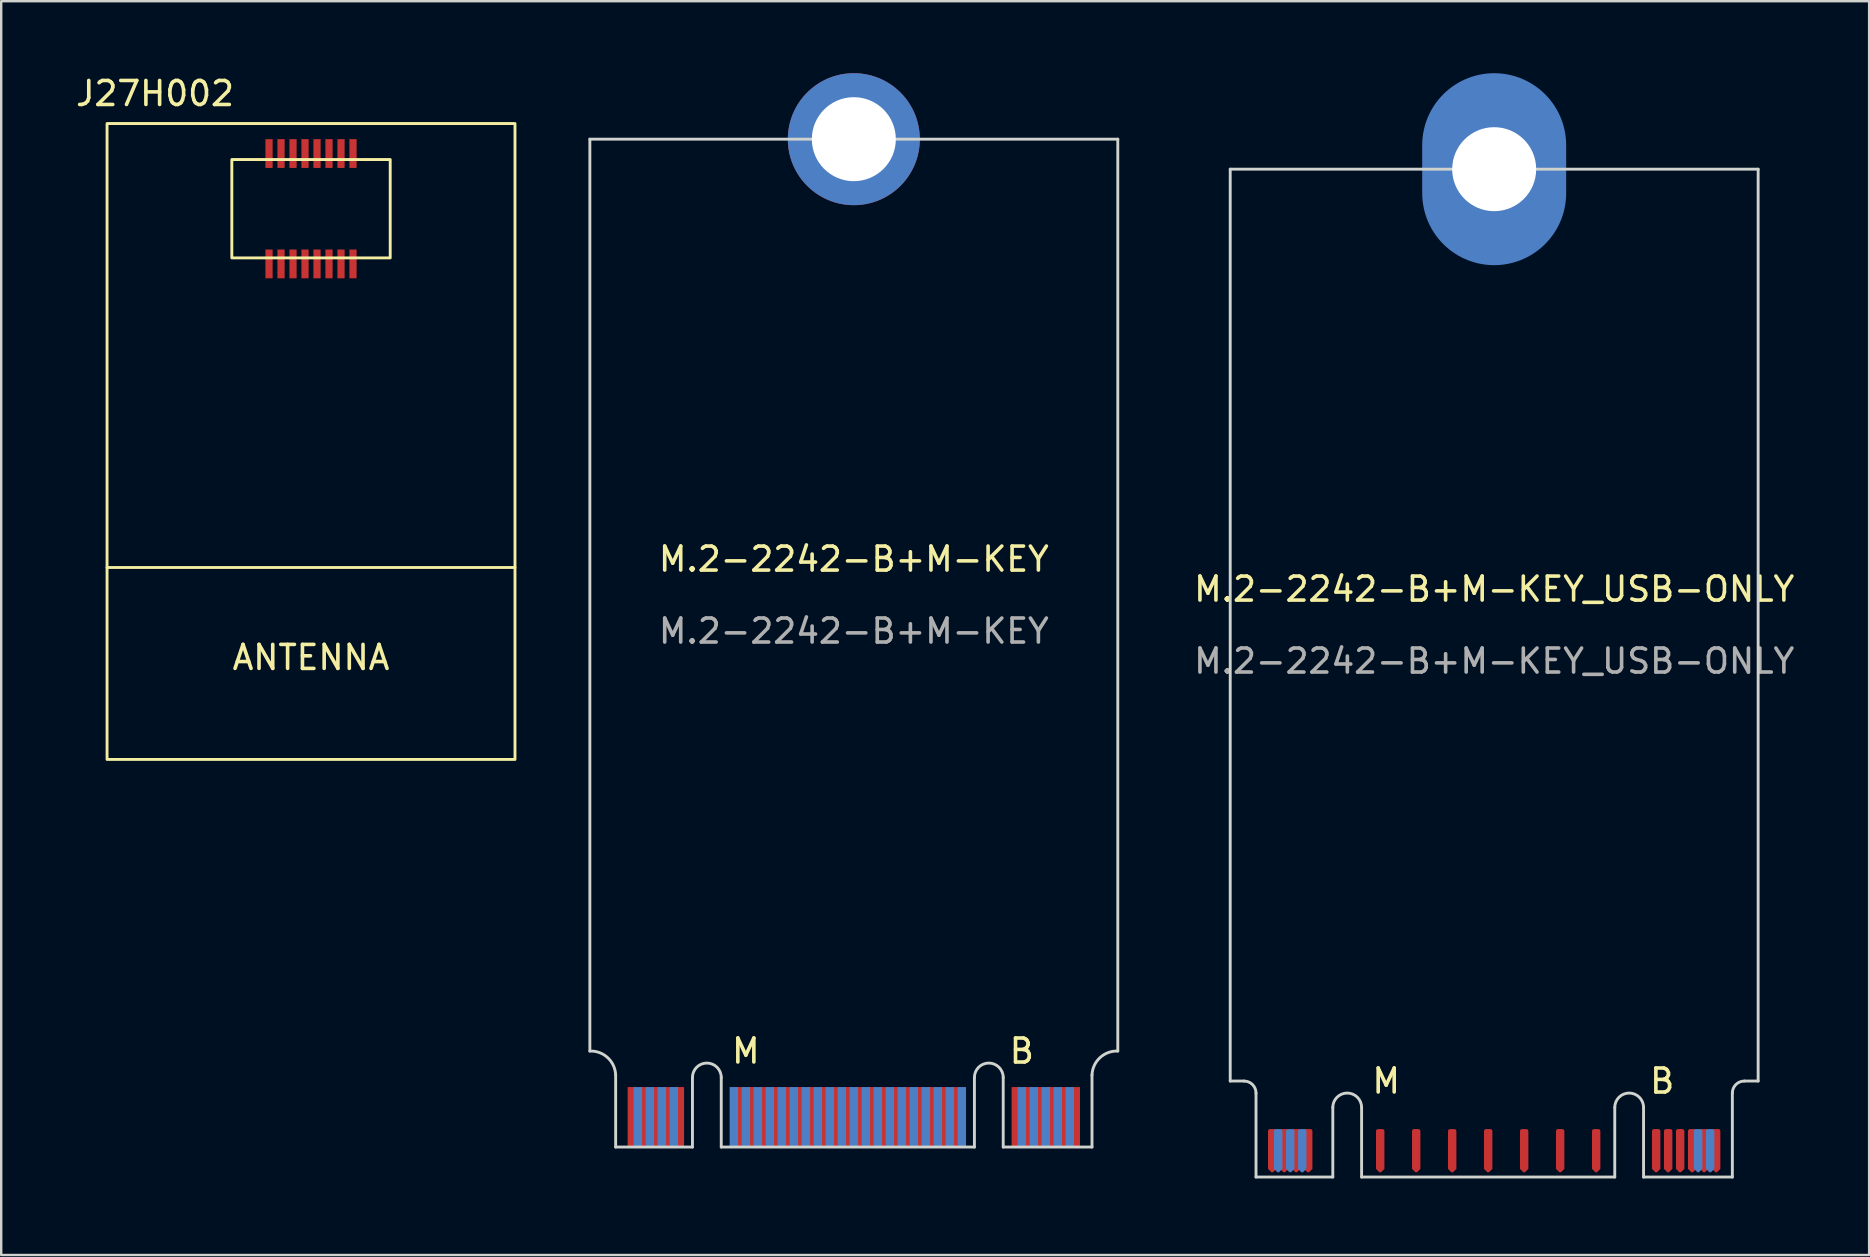
<source format=kicad_pcb>
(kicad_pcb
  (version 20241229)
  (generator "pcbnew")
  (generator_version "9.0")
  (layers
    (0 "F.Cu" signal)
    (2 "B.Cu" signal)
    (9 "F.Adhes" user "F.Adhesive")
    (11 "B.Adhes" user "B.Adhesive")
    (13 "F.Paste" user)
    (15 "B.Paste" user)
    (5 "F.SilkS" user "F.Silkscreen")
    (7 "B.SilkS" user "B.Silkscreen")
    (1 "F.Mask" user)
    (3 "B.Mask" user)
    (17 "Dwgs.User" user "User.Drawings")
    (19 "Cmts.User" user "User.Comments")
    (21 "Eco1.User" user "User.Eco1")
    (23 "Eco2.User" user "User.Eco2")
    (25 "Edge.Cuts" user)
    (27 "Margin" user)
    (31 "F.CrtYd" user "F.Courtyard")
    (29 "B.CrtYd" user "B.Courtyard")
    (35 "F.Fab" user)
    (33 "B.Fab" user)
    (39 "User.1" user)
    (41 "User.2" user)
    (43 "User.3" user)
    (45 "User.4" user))
  (footprint "J27H002"
    (layer "F.Cu")
    (at 8.161 3.348)
    (property "Reference" "J27H002" (at -4.75 -2.5 0) (unlocked yes) (layer "F.SilkS") (effects (font (size 1 1) (thickness 0.15))))
    (attr smd)
    (fp_line (start 10.25 17.25) (end -6.75 17.25) (stroke (width 0.12) (type solid)) (layer "F.SilkS"))
    (fp_rect (start -6.75 -1.25) (end 10.25 25.25) (stroke (width 0.12) (type solid)) (fill no) (layer "F.SilkS"))
    (fp_rect (start -1.55 0.25) (end 5.05 4.35) (stroke (width 0.12) (type solid)) (fill no) (layer "F.SilkS"))
    (fp_text user "ANTENNA" (at 1.75 21 0) (unlocked yes) (layer "F.SilkS") (effects (font (size 1 1) (thickness 0.15))))
    (pad "1" smd rect (at 3.5 4.6) (size 0.3 1.2) (layers "F.Cu" "F.Mask" "F.Paste"))
    (pad "2" smd rect (at 3 4.6) (size 0.3 1.2) (layers "F.Cu" "F.Mask" "F.Paste"))
    (pad "3" smd rect (at 2.5 4.6) (size 0.3 1.2) (layers "F.Cu" "F.Mask" "F.Paste"))
    (pad "4" smd rect (at 2 4.6) (size 0.3 1.2) (layers "F.Cu" "F.Mask" "F.Paste"))
    (pad "5" smd rect (at 1.5 4.6) (size 0.3 1.2) (layers "F.Cu" "F.Mask" "F.Paste"))
    (pad "6" smd rect (at 1 4.6) (size 0.3 1.2) (layers "F.Cu" "F.Mask" "F.Paste"))
    (pad "7" smd rect (at 0.5 4.6) (size 0.3 1.2) (layers "F.Cu" "F.Mask" "F.Paste"))
    (pad "8" smd rect (at 0 4.6) (size 0.3 1.2) (layers "F.Cu" "F.Mask" "F.Paste"))
    (pad "9" smd rect (at 0 0) (size 0.3 1.2) (layers "F.Cu" "F.Mask" "F.Paste"))
    (pad "10" smd rect (at 0.5 0) (size 0.3 1.2) (layers "F.Cu" "F.Mask" "F.Paste"))
    (pad "11" smd rect (at 1 0) (size 0.3 1.2) (layers "F.Cu" "F.Mask" "F.Paste"))
    (pad "12" smd rect (at 1.5 0) (size 0.3 1.2) (layers "F.Cu" "F.Mask" "F.Paste"))
    (pad "13" smd rect (at 2 0) (size 0.3 1.2) (layers "F.Cu" "F.Mask" "F.Paste"))
    (pad "14" smd rect (at 2.5 0) (size 0.3 1.2) (layers "F.Cu" "F.Mask" "F.Paste"))
    (pad "15" smd rect (at 3 0) (size 0.3 1.2) (layers "F.Cu" "F.Mask" "F.Paste"))
    (pad "16" smd rect (at 3.5 0) (size 0.3 1.2) (layers "F.Cu" "F.Mask" "F.Paste"))
    (zone (net_name "") (layer "F.SilkS") (hatch full 0.508) (connect_pads) (min_thickness 0.254) (filled_areas_thickness no) (keepout (tracks allowed) (vias allowed) (pads allowed) (copperpour not_allowed) (footprints allowed)) (placement (enabled no)) (fill) (polygon (pts (xy 18.411 28.598) (xy 1.411 28.598) (xy 1.411 2.098) (xy 18.411 2.098)))))
  (footprint "M.2-2242-B+M-KEY_USB-ONLY"
    (layer "F.Cu")
    (at 59.216 46)
    (property "Reference" "M.2-2242-B+M-KEY_USB-ONLY" (at 0 -24.5 0) (unlocked yes) (layer "F.SilkS") (effects (font (size 1 1) (thickness 0.15))))
    (attr smd)
    (fp_line (start -11 -4) (end -11 -42) (stroke (width 0.12) (type solid)) (layer "Edge.Cuts"))
    (fp_line (start -10.425 -4) (end -11 -4) (stroke (width 0.12) (type default)) (layer "Edge.Cuts"))
    (fp_line (start -9.925 -3.5) (end -9.925 0) (stroke (width 0.12) (type solid)) (layer "Edge.Cuts"))
    (fp_line (start -9.925 0) (end -6.725 0) (stroke (width 0.12) (type default)) (layer "Edge.Cuts"))
    (fp_line (start -6.725 0) (end -6.725 -2.9) (stroke (width 0.12) (type solid)) (layer "Edge.Cuts"))
    (fp_line (start -5.525 -2.9) (end -5.525 0) (stroke (width 0.12) (type solid)) (layer "Edge.Cuts"))
    (fp_line (start -5.525 0) (end 5.025 0) (stroke (width 0.12) (type solid)) (layer "Edge.Cuts"))
    (fp_line (start 5.025 0) (end 5.025 -2.9) (stroke (width 0.12) (type solid)) (layer "Edge.Cuts"))
    (fp_line (start 6.225 -2.9) (end 6.225 0) (stroke (width 0.12) (type solid)) (layer "Edge.Cuts"))
    (fp_line (start 6.225 0) (end 9.925 0) (stroke (width 0.12) (type solid)) (layer "Edge.Cuts"))
    (fp_line (start 9.925 0) (end 9.925 -3.5) (stroke (width 0.12) (type solid)) (layer "Edge.Cuts"))
    (fp_line (start 10.425 -4) (end 11 -4) (stroke (width 0.12) (type default)) (layer "Edge.Cuts"))
    (fp_line (start 11 -42) (end -11 -42) (stroke (width 0.12) (type solid)) (layer "Edge.Cuts"))
    (fp_line (start 11 -4) (end 11 -42) (stroke (width 0.12) (type solid)) (layer "Edge.Cuts"))
    (fp_arc (start -10.425 -4) (mid -10.071447 -3.853553) (end -9.925 -3.5) (stroke (width 0.12) (type default)) (layer "Edge.Cuts"))
    (fp_arc (start -6.725 -2.9) (mid -6.125 -3.5) (end -5.525 -2.9) (stroke (width 0.12) (type solid)) (layer "Edge.Cuts"))
    (fp_arc (start 5.025 -2.9) (mid 5.625 -3.5) (end 6.225 -2.9) (stroke (width 0.12) (type solid)) (layer "Edge.Cuts"))
    (fp_arc (start 9.925 -3.5) (mid 10.071447 -3.853553) (end 10.425 -4) (stroke (width 0.12) (type default)) (layer "Edge.Cuts"))
    (fp_text user "M" (at -4.5 -4 0) (unlocked yes) (layer "F.SilkS") (effects (font (size 1 1) (thickness 0.15))))
    (fp_text user "B" (at 7 -4 0) (unlocked yes) (layer "F.SilkS") (effects (font (size 1 1) (thickness 0.15))))
    (fp_text user "${REFERENCE}" (at 0 -21.5 0) (unlocked yes) (layer "F.Fab") (effects (font (size 1 1) (thickness 0.15))))
    (pad "1" smd roundrect (at 9.25 -1.1) (size 0.35 1.8) (layers "F.Cu" "F.Mask" "F.Paste") (roundrect_rratio 0.25) (chamfer_ratio 0.4) (chamfer bottom_left bottom_right))
    (pad "2" smd roundrect (at 9 -1.1) (size 0.35 1.8) (layers "B.Cu" "B.Mask" "B.Paste") (roundrect_rratio 0.25) (chamfer_ratio 0.4) (chamfer bottom_left bottom_right))
    (pad "3" thru_hole circle (at 0 -42) (size 5.5 5.5) (drill 3.5) (layers "*.Cu" "*.Mask"))
    (pad "3" connect oval (at 0 -42) (size 6 8) (layers "B.Cu" "B.Mask"))
    (pad "3" smd roundrect (at 8.75 -1.1) (size 0.35 1.8) (layers "F.Cu" "F.Mask" "F.Paste") (roundrect_rratio 0.25) (chamfer_ratio 0.4) (chamfer bottom_left bottom_right))
    (pad "4" smd roundrect (at 8.5 -1.1) (size 0.35 1.8) (layers "B.Cu" "B.Mask" "B.Paste") (roundrect_rratio 0.25) (chamfer_ratio 0.4) (chamfer bottom_left bottom_right))
    (pad "5" smd roundrect (at 8.25 -1.1) (size 0.35 1.8) (layers "F.Cu" "F.Mask" "F.Paste") (roundrect_rratio 0.25) (chamfer_ratio 0.4) (chamfer bottom_left bottom_right))
    (pad "7" smd roundrect (at 7.75 -1.1) (size 0.35 1.8) (layers "F.Cu" "F.Mask" "F.Paste") (roundrect_rratio 0.25) (chamfer_ratio 0.4) (chamfer bottom_left bottom_right))
    (pad "9" smd roundrect (at 7.25 -1.1) (size 0.35 1.8) (layers "F.Cu" "F.Mask" "F.Paste") (roundrect_rratio 0.25) (chamfer_ratio 0.4) (chamfer bottom_left bottom_right))
    (pad "11" smd roundrect (at 6.75 -1.1) (size 0.35 1.8) (layers "F.Cu" "F.Mask" "F.Paste") (roundrect_rratio 0.25) (chamfer_ratio 0.4) (chamfer bottom_left bottom_right))
    (pad "21" smd roundrect (at 4.25 -1.1) (size 0.35 1.8) (layers "F.Cu" "F.Mask" "F.Paste") (roundrect_rratio 0.25) (chamfer_ratio 0.4) (chamfer bottom_left bottom_right))
    (pad "27" smd roundrect (at 2.75 -1.1) (size 0.35 1.8) (layers "F.Cu" "F.Mask" "F.Paste") (roundrect_rratio 0.25) (chamfer_ratio 0.4) (chamfer bottom_left bottom_right))
    (pad "33" smd roundrect (at 1.25 -1.1) (size 0.35 1.8) (layers "F.Cu" "F.Mask" "F.Paste") (roundrect_rratio 0.25) (chamfer_ratio 0.4) (chamfer bottom_left bottom_right))
    (pad "39" smd roundrect (at -0.25 -1.1) (size 0.35 1.8) (layers "F.Cu" "F.Mask" "F.Paste") (roundrect_rratio 0.25) (chamfer_ratio 0.4) (chamfer bottom_left bottom_right))
    (pad "45" smd roundrect (at -1.75 -1.1) (size 0.35 1.8) (layers "F.Cu" "F.Mask" "F.Paste") (roundrect_rratio 0.25) (chamfer_ratio 0.4) (chamfer bottom_left bottom_right))
    (pad "51" smd roundrect (at -3.25 -1.1) (size 0.35 1.8) (layers "F.Cu" "F.Mask" "F.Paste") (roundrect_rratio 0.25) (chamfer_ratio 0.4) (chamfer bottom_left bottom_right))
    (pad "57" smd roundrect (at -4.75 -1.1) (size 0.35 1.8) (layers "F.Cu" "F.Mask" "F.Paste") (roundrect_rratio 0.25) (chamfer_ratio 0.4) (chamfer bottom_left bottom_right))
    (pad "69" smd roundrect (at -7.75 -1.1) (size 0.35 1.8) (layers "F.Cu" "F.Mask" "F.Paste") (roundrect_rratio 0.25) (chamfer_ratio 0.4) (chamfer bottom_left bottom_right))
    (pad "70" smd roundrect (at -8 -1.1) (size 0.35 1.8) (layers "B.Cu" "B.Mask" "B.Paste") (roundrect_rratio 0.25) (chamfer_ratio 0.4) (chamfer bottom_left bottom_right))
    (pad "71" smd roundrect (at -8.25 -1.1) (size 0.35 1.8) (layers "F.Cu" "F.Mask" "F.Paste") (roundrect_rratio 0.25) (chamfer_ratio 0.4) (chamfer bottom_left bottom_right))
    (pad "72" smd roundrect (at -8.5 -1.1) (size 0.35 1.8) (layers "B.Cu" "B.Mask" "B.Paste") (roundrect_rratio 0.25) (chamfer_ratio 0.4) (chamfer bottom_left bottom_right))
    (pad "73" smd roundrect (at -8.75 -1.1) (size 0.35 1.8) (layers "F.Cu" "F.Mask" "F.Paste") (roundrect_rratio 0.25) (chamfer_ratio 0.4) (chamfer bottom_left bottom_right))
    (pad "74" smd roundrect (at -9 -1.1) (size 0.35 1.8) (layers "B.Cu" "B.Mask" "B.Paste") (roundrect_rratio 0.25) (chamfer_ratio 0.4) (chamfer bottom_left bottom_right))
    (pad "75" smd roundrect (at -9.25 -1.1) (size 0.35 1.8) (layers "F.Cu" "F.Mask" "F.Paste") (roundrect_rratio 0.25) (chamfer_ratio 0.4) (chamfer bottom_left bottom_right))
    (zone (net_name "") (layers "F.Cu" "B.Cu") (hatch edge 0.5) (connect_pads) (min_thickness 0.25) (filled_areas_thickness no) (keepout (tracks allowed) (vias allowed) (pads allowed) (copperpour not_allowed) (footprints allowed)) (placement (enabled no)) (fill) (polygon (pts (xy 49.216 44) (xy 69.216 44) (xy 69.216 46) (xy 49.216 46)))))
  (footprint "M.2-2242-B+M-KEY"
    (layer "F.Cu")
    (at 32.531 44.75)
    (property "Reference" "M.2-2242-B+M-KEY" (at 0 -24.5 0) (unlocked yes) (layer "F.SilkS") (effects (font (size 1 1) (thickness 0.15))))
    (attr smd)
    (fp_line (start -11 -4) (end -11 -42) (stroke (width 0.12) (type solid)) (layer "Edge.Cuts"))
    (fp_line (start -9.925 -3) (end -9.925 0) (stroke (width 0.12) (type solid)) (layer "Edge.Cuts"))
    (fp_line (start -9.925 0) (end -6.725 0) (stroke (width 0.12) (type solid)) (layer "Edge.Cuts"))
    (fp_line (start -6.725 0) (end -6.725 -2.9) (stroke (width 0.12) (type solid)) (layer "Edge.Cuts"))
    (fp_line (start -5.525 -2.9) (end -5.525 0) (stroke (width 0.12) (type solid)) (layer "Edge.Cuts"))
    (fp_line (start -5.525 0) (end 5.025 0) (stroke (width 0.12) (type solid)) (layer "Edge.Cuts"))
    (fp_line (start 5.025 0) (end 5.025 -2.9) (stroke (width 0.12) (type solid)) (layer "Edge.Cuts"))
    (fp_line (start 6.225 -2.9) (end 6.225 0) (stroke (width 0.12) (type solid)) (layer "Edge.Cuts"))
    (fp_line (start 6.225 0) (end 9.925 0) (stroke (width 0.12) (type solid)) (layer "Edge.Cuts"))
    (fp_line (start 9.925 0) (end 9.925 -3) (stroke (width 0.12) (type solid)) (layer "Edge.Cuts"))
    (fp_line (start 11 -42) (end -11 -42) (stroke (width 0.12) (type solid)) (layer "Edge.Cuts"))
    (fp_line (start 11 -4) (end 11 -42) (stroke (width 0.12) (type solid)) (layer "Edge.Cuts"))
    (fp_arc (start -11 -4) (mid -10.255393 -3.72264) (end -9.925 -3) (stroke (width 0.12) (type solid)) (layer "Edge.Cuts"))
    (fp_arc (start -6.725 -2.9) (mid -6.125 -3.5) (end -5.525 -2.9) (stroke (width 0.12) (type solid)) (layer "Edge.Cuts"))
    (fp_arc (start 5.025 -2.9) (mid 5.625 -3.5) (end 6.225 -2.9) (stroke (width 0.12) (type solid)) (layer "Edge.Cuts"))
    (fp_arc (start 9.925 -3) (mid 10.255393 -3.72264) (end 11 -4) (stroke (width 0.12) (type solid)) (layer "Edge.Cuts"))
    (fp_text user "B" (at 7 -4 0) (unlocked yes) (layer "F.SilkS") (effects (font (size 1 1) (thickness 0.15))))
    (fp_text user "M" (at -4.5 -4 0) (unlocked yes) (layer "F.SilkS") (effects (font (size 1 1) (thickness 0.15))))
    (fp_text user "${REFERENCE}" (at 0 -21.5 0) (unlocked yes) (layer "F.Fab") (effects (font (size 1 1) (thickness 0.15))))
    (pad "1" smd rect (at 9.25 -1.25) (size 0.35 2.5) (layers "F.Cu" "F.Mask" "F.Paste"))
    (pad "2" smd rect (at 9 -1.25) (size 0.35 2.5) (layers "B.Cu" "B.Mask" "B.Paste"))
    (pad "3" thru_hole circle (at 0 -42) (size 5.5 5.5) (drill 3.5) (layers "*.Cu" "*.Mask"))
    (pad "3" smd rect (at 8.75 -1.25) (size 0.35 2.5) (layers "F.Cu" "F.Mask" "F.Paste"))
    (pad "4" smd rect (at 8.5 -1.25) (size 0.35 2.5) (layers "B.Cu" "B.Mask" "B.Paste"))
    (pad "5" smd rect (at 8.25 -1.25) (size 0.35 2.5) (layers "F.Cu" "F.Mask" "F.Paste"))
    (pad "6" smd rect (at 8 -1.25) (size 0.35 2.5) (layers "B.Cu" "B.Mask" "B.Paste"))
    (pad "7" smd rect (at 7.75 -1.25) (size 0.35 2.5) (layers "F.Cu" "F.Mask" "F.Paste"))
    (pad "8" smd rect (at 7.5 -1.25) (size 0.35 2.5) (layers "B.Cu" "B.Mask" "B.Paste"))
    (pad "9" smd rect (at 7.25 -1.25) (size 0.35 2.5) (layers "F.Cu" "F.Mask" "F.Paste"))
    (pad "10" smd rect (at 7 -1.25) (size 0.35 2.5) (layers "B.Cu" "B.Mask" "B.Paste"))
    (pad "11" smd rect (at 6.75 -1.25) (size 0.35 2.5) (layers "F.Cu" "F.Mask" "F.Paste"))
    (pad "20" smd rect (at 4.5 -1.25) (size 0.35 2.5) (layers "B.Cu" "B.Mask" "B.Paste"))
    (pad "21" smd rect (at 4.25 -1.25) (size 0.35 2.5) (layers "F.Cu" "F.Mask" "F.Paste"))
    (pad "22" smd rect (at 4 -1.25) (size 0.35 2.5) (layers "B.Cu" "B.Mask" "B.Paste"))
    (pad "23" smd rect (at 3.75 -1.25) (size 0.35 2.5) (layers "F.Cu" "F.Mask" "F.Paste"))
    (pad "24" smd rect (at 3.5 -1.25) (size 0.35 2.5) (layers "B.Cu" "B.Mask" "B.Paste"))
    (pad "25" smd rect (at 3.25 -1.25) (size 0.35 2.5) (layers "F.Cu" "F.Mask" "F.Paste"))
    (pad "26" smd rect (at 3 -1.25) (size 0.35 2.5) (layers "B.Cu" "B.Mask" "B.Paste"))
    (pad "27" smd rect (at 2.75 -1.25) (size 0.35 2.5) (layers "F.Cu" "F.Mask" "F.Paste"))
    (pad "28" smd rect (at 2.5 -1.25) (size 0.35 2.5) (layers "B.Cu" "B.Mask" "B.Paste"))
    (pad "29" smd rect (at 2.25 -1.25) (size 0.35 2.5) (layers "F.Cu" "F.Mask" "F.Paste"))
    (pad "30" smd rect (at 2 -1.25) (size 0.35 2.5) (layers "B.Cu" "B.Mask" "B.Paste"))
    (pad "31" smd rect (at 1.75 -1.25) (size 0.35 2.5) (layers "F.Cu" "F.Mask" "F.Paste"))
    (pad "32" smd rect (at 1.5 -1.25) (size 0.35 2.5) (layers "B.Cu" "B.Mask" "B.Paste"))
    (pad "33" smd rect (at 1.25 -1.25) (size 0.35 2.5) (layers "F.Cu" "F.Mask" "F.Paste"))
    (pad "34" smd rect (at 1 -1.25) (size 0.35 2.5) (layers "B.Cu" "B.Mask" "B.Paste"))
    (pad "35" smd rect (at 0.75 -1.25) (size 0.35 2.5) (layers "F.Cu" "F.Mask" "F.Paste"))
    (pad "36" smd rect (at 0.5 -1.25) (size 0.35 2.5) (layers "B.Cu" "B.Mask" "B.Paste"))
    (pad "37" smd rect (at 0.25 -1.25) (size 0.35 2.5) (layers "F.Cu" "F.Mask" "F.Paste"))
    (pad "38" smd rect (at 0 -1.25) (size 0.35 2.5) (layers "B.Cu" "B.Mask" "B.Paste"))
    (pad "39" smd rect (at -0.25 -1.25) (size 0.35 2.5) (layers "F.Cu" "F.Mask" "F.Paste"))
    (pad "40" smd rect (at -0.5 -1.25) (size 0.35 2.5) (layers "B.Cu" "B.Mask" "B.Paste"))
    (pad "41" smd rect (at -0.75 -1.25) (size 0.35 2.5) (layers "F.Cu" "F.Mask" "F.Paste"))
    (pad "42" smd rect (at -1 -1.25) (size 0.35 2.5) (layers "B.Cu" "B.Mask" "B.Paste"))
    (pad "43" smd rect (at -1.25 -1.25) (size 0.35 2.5) (layers "F.Cu" "F.Mask" "F.Paste"))
    (pad "44" smd rect (at -1.5 -1.25) (size 0.35 2.5) (layers "B.Cu" "B.Mask" "B.Paste"))
    (pad "45" smd rect (at -1.75 -1.25) (size 0.35 2.5) (layers "F.Cu" "F.Mask" "F.Paste"))
    (pad "46" smd rect (at -2 -1.25) (size 0.35 2.5) (layers "B.Cu" "B.Mask" "B.Paste"))
    (pad "47" smd rect (at -2.25 -1.25) (size 0.35 2.5) (layers "F.Cu" "F.Mask" "F.Paste"))
    (pad "48" smd rect (at -2.5 -1.25) (size 0.35 2.5) (layers "B.Cu" "B.Mask" "B.Paste"))
    (pad "49" smd rect (at -2.75 -1.25) (size 0.35 2.5) (layers "F.Cu" "F.Mask" "F.Paste"))
    (pad "50" smd rect (at -3 -1.25) (size 0.35 2.5) (layers "B.Cu" "B.Mask" "B.Paste"))
    (pad "51" smd rect (at -3.25 -1.25) (size 0.35 2.5) (layers "F.Cu" "F.Mask" "F.Paste"))
    (pad "52" smd rect (at -3.5 -1.25) (size 0.35 2.5) (layers "B.Cu" "B.Mask" "B.Paste"))
    (pad "53" smd rect (at -3.75 -1.25) (size 0.35 2.5) (layers "F.Cu" "F.Mask" "F.Paste"))
    (pad "54" smd rect (at -4 -1.25) (size 0.35 2.5) (layers "B.Cu" "B.Mask" "B.Paste"))
    (pad "55" smd rect (at -4.25 -1.25) (size 0.35 2.5) (layers "F.Cu" "F.Mask" "F.Paste"))
    (pad "56" smd rect (at -4.5 -1.25) (size 0.35 2.5) (layers "B.Cu" "B.Mask" "B.Paste"))
    (pad "57" smd rect (at -4.75 -1.25) (size 0.35 2.5) (layers "F.Cu" "F.Mask" "F.Paste"))
    (pad "58" smd rect (at -5 -1.25) (size 0.35 2.5) (layers "B.Cu" "B.Mask" "B.Paste"))
    (pad "67" smd rect (at -7.25 -1.25) (size 0.35 2.5) (layers "F.Cu" "F.Mask" "F.Paste"))
    (pad "68" smd rect (at -7.5 -1.25) (size 0.35 2.5) (layers "B.Cu" "B.Mask" "B.Paste"))
    (pad "69" smd rect (at -7.75 -1.25) (size 0.35 2.5) (layers "F.Cu" "F.Mask" "F.Paste"))
    (pad "70" smd rect (at -8 -1.25) (size 0.35 2.5) (layers "B.Cu" "B.Mask" "B.Paste"))
    (pad "71" smd rect (at -8.25 -1.25) (size 0.35 2.5) (layers "F.Cu" "F.Mask" "F.Paste"))
    (pad "72" smd rect (at -8.5 -1.25) (size 0.35 2.5) (layers "B.Cu" "B.Mask" "B.Paste"))
    (pad "73" smd rect (at -8.75 -1.25) (size 0.35 2.5) (layers "F.Cu" "F.Mask" "F.Paste"))
    (pad "74" smd rect (at -9 -1.25) (size 0.35 2.5) (layers "B.Cu" "B.Mask" "B.Paste"))
    (pad "75" smd rect (at -9.25 -1.25) (size 0.35 2.5) (layers "F.Cu" "F.Mask" "F.Paste")))
  (gr_rect
    (start -3 -3)
    (end 74.841 49.25)
    (stroke (width 0.1) (type default))
    (fill no)
    (layer "Edge.Cuts")))
</source>
